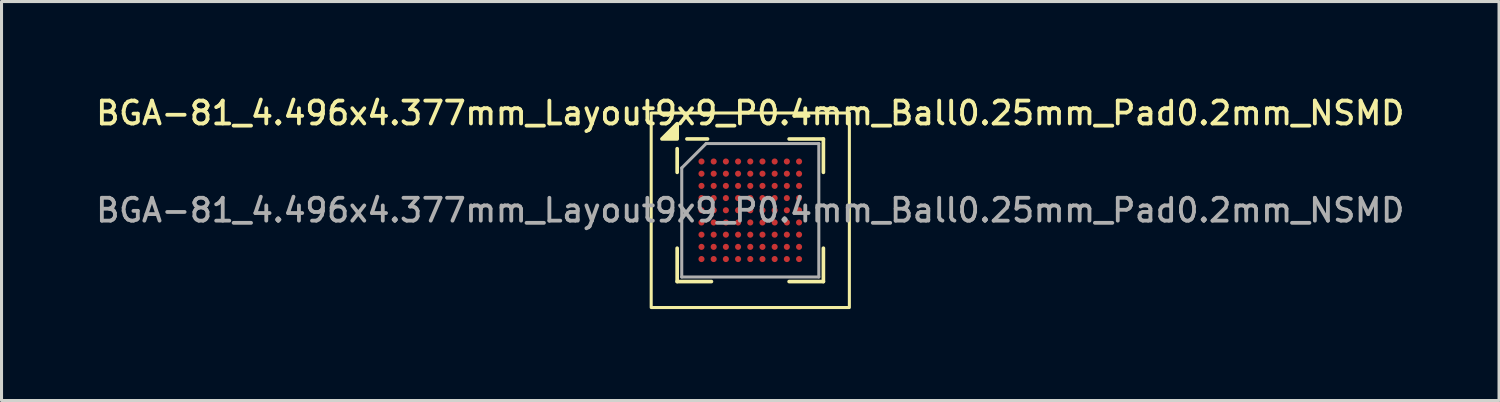
<source format=kicad_pcb>
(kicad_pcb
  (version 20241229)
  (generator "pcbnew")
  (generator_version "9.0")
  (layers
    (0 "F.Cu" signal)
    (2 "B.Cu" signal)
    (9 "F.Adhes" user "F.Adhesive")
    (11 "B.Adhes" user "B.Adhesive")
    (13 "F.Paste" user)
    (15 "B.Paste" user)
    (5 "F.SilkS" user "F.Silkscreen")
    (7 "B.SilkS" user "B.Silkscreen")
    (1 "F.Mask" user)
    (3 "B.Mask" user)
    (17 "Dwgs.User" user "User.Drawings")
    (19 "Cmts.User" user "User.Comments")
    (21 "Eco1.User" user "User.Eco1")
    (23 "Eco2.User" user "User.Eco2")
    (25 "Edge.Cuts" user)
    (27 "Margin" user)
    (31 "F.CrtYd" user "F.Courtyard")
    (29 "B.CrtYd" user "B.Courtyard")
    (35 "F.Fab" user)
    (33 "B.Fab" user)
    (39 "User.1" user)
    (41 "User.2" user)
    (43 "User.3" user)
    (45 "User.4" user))
  (footprint "BGA-81_4.496x4.377mm_Layout9x9_P0.4mm_Ball0.25mm_Pad0.2mm_NSMD"
    (layer "F.Cu")
    (at 21.559 3.847)
    (property "Reference" "BGA-81_4.496x4.377mm_Layout9x9_P0.4mm_Ball0.25mm_Pad0.2mm_NSMD" (at 0 -3.188 0) (layer "F.SilkS") (effects (font (size 0.75 0.75) (thickness 0.125))))
    (attr smd)
    (fp_line (start -2.398 -2.02) (end -2.398 -1.244) (stroke (width 0.12) (type solid)) (layer "F.SilkS"))
    (fp_line (start -2.398 2.338) (end -2.398 1.244) (stroke (width 0.12) (type solid)) (layer "F.SilkS"))
    (fp_line (start -1.402 -2.34) (end -2.078 -2.34) (stroke (width 0.12) (type solid)) (layer "F.SilkS"))
    (fp_line (start -1.274 2.338) (end -2.398 2.338) (stroke (width 0.12) (type solid)) (layer "F.SilkS"))
    (fp_line (start 1.274 -2.338) (end 2.398 -2.338) (stroke (width 0.12) (type solid)) (layer "F.SilkS"))
    (fp_line (start 1.274 2.338) (end 2.398 2.338) (stroke (width 0.12) (type solid)) (layer "F.SilkS"))
    (fp_line (start 2.398 -2.338) (end 2.398 -1.244) (stroke (width 0.12) (type solid)) (layer "F.SilkS"))
    (fp_line (start 2.398 2.338) (end 2.398 1.244) (stroke (width 0.12) (type solid)) (layer "F.SilkS"))
    (fp_rect (start -3.25 -3.19) (end 3.25 3.19) (stroke (width 0.1) (type solid)) (fill no) (layer "F.SilkS"))
    (fp_poly (pts (xy -2.398 -2.34) (xy -2.898 -2.34) (xy -2.398 -2.84) (xy -2.398 -2.34)) (stroke (width 0.12) (type solid)) (fill yes) (layer "F.SilkS"))
    (fp_line (start -2.248 -1.389) (end -2.248 2.188) (stroke (width 0.1) (type solid)) (layer "F.Fab"))
    (fp_line (start -2.248 2.188) (end 2.248 2.188) (stroke (width 0.1) (type solid)) (layer "F.Fab"))
    (fp_line (start -1.448 -2.188) (end -2.248 -1.389) (stroke (width 0.1) (type solid)) (layer "F.Fab"))
    (fp_line (start 2.248 -2.188) (end -1.448 -2.188) (stroke (width 0.1) (type solid)) (layer "F.Fab"))
    (fp_line (start 2.248 2.188) (end 2.248 -2.188) (stroke (width 0.1) (type solid)) (layer "F.Fab"))
    (fp_text user "${REFERENCE}" (at 0 0 0) (layer "F.Fab") (effects (font (size 0.75 0.75) (thickness 0.125))))
    (pad "A1" smd circle (at -1.6 -1.6) (size 0.2 0.2) (property pad_prop_bga) (layers "F.Cu" "F.Mask" "F.Paste"))
    (pad "A2" smd circle (at -1.2 -1.6) (size 0.2 0.2) (property pad_prop_bga) (layers "F.Cu" "F.Mask" "F.Paste"))
    (pad "A3" smd circle (at -0.8 -1.6) (size 0.2 0.2) (property pad_prop_bga) (layers "F.Cu" "F.Mask" "F.Paste"))
    (pad "A4" smd circle (at -0.4 -1.6) (size 0.2 0.2) (property pad_prop_bga) (layers "F.Cu" "F.Mask" "F.Paste"))
    (pad "A5" smd circle (at 0 -1.6) (size 0.2 0.2) (property pad_prop_bga) (layers "F.Cu" "F.Mask" "F.Paste"))
    (pad "A6" smd circle (at 0.4 -1.6) (size 0.2 0.2) (property pad_prop_bga) (layers "F.Cu" "F.Mask" "F.Paste"))
    (pad "A7" smd circle (at 0.8 -1.6) (size 0.2 0.2) (property pad_prop_bga) (layers "F.Cu" "F.Mask" "F.Paste"))
    (pad "A8" smd circle (at 1.2 -1.6) (size 0.2 0.2) (property pad_prop_bga) (layers "F.Cu" "F.Mask" "F.Paste"))
    (pad "A9" smd circle (at 1.6 -1.6) (size 0.2 0.2) (property pad_prop_bga) (layers "F.Cu" "F.Mask" "F.Paste"))
    (pad "B1" smd circle (at -1.6 -1.2) (size 0.2 0.2) (property pad_prop_bga) (layers "F.Cu" "F.Mask" "F.Paste"))
    (pad "B2" smd circle (at -1.2 -1.2) (size 0.2 0.2) (property pad_prop_bga) (layers "F.Cu" "F.Mask" "F.Paste"))
    (pad "B3" smd circle (at -0.8 -1.2) (size 0.2 0.2) (property pad_prop_bga) (layers "F.Cu" "F.Mask" "F.Paste"))
    (pad "B4" smd circle (at -0.4 -1.2) (size 0.2 0.2) (property pad_prop_bga) (layers "F.Cu" "F.Mask" "F.Paste"))
    (pad "B5" smd circle (at 0 -1.2) (size 0.2 0.2) (property pad_prop_bga) (layers "F.Cu" "F.Mask" "F.Paste"))
    (pad "B6" smd circle (at 0.4 -1.2) (size 0.2 0.2) (property pad_prop_bga) (layers "F.Cu" "F.Mask" "F.Paste"))
    (pad "B7" smd circle (at 0.8 -1.2) (size 0.2 0.2) (property pad_prop_bga) (layers "F.Cu" "F.Mask" "F.Paste"))
    (pad "B8" smd circle (at 1.2 -1.2) (size 0.2 0.2) (property pad_prop_bga) (layers "F.Cu" "F.Mask" "F.Paste"))
    (pad "B9" smd circle (at 1.6 -1.2) (size 0.2 0.2) (property pad_prop_bga) (layers "F.Cu" "F.Mask" "F.Paste"))
    (pad "C1" smd circle (at -1.6 -0.8) (size 0.2 0.2) (property pad_prop_bga) (layers "F.Cu" "F.Mask" "F.Paste"))
    (pad "C2" smd circle (at -1.2 -0.8) (size 0.2 0.2) (property pad_prop_bga) (layers "F.Cu" "F.Mask" "F.Paste"))
    (pad "C3" smd circle (at -0.8 -0.8) (size 0.2 0.2) (property pad_prop_bga) (layers "F.Cu" "F.Mask" "F.Paste"))
    (pad "C4" smd circle (at -0.4 -0.8) (size 0.2 0.2) (property pad_prop_bga) (layers "F.Cu" "F.Mask" "F.Paste"))
    (pad "C5" smd circle (at 0 -0.8) (size 0.2 0.2) (property pad_prop_bga) (layers "F.Cu" "F.Mask" "F.Paste"))
    (pad "C6" smd circle (at 0.4 -0.8) (size 0.2 0.2) (property pad_prop_bga) (layers "F.Cu" "F.Mask" "F.Paste"))
    (pad "C7" smd circle (at 0.8 -0.8) (size 0.2 0.2) (property pad_prop_bga) (layers "F.Cu" "F.Mask" "F.Paste"))
    (pad "C8" smd circle (at 1.2 -0.8) (size 0.2 0.2) (property pad_prop_bga) (layers "F.Cu" "F.Mask" "F.Paste"))
    (pad "C9" smd circle (at 1.6 -0.8) (size 0.2 0.2) (property pad_prop_bga) (layers "F.Cu" "F.Mask" "F.Paste"))
    (pad "D1" smd circle (at -1.6 -0.4) (size 0.2 0.2) (property pad_prop_bga) (layers "F.Cu" "F.Mask" "F.Paste"))
    (pad "D2" smd circle (at -1.2 -0.4) (size 0.2 0.2) (property pad_prop_bga) (layers "F.Cu" "F.Mask" "F.Paste"))
    (pad "D3" smd circle (at -0.8 -0.4) (size 0.2 0.2) (property pad_prop_bga) (layers "F.Cu" "F.Mask" "F.Paste"))
    (pad "D4" smd circle (at -0.4 -0.4) (size 0.2 0.2) (property pad_prop_bga) (layers "F.Cu" "F.Mask" "F.Paste"))
    (pad "D5" smd circle (at 0 -0.4) (size 0.2 0.2) (property pad_prop_bga) (layers "F.Cu" "F.Mask" "F.Paste"))
    (pad "D6" smd circle (at 0.4 -0.4) (size 0.2 0.2) (property pad_prop_bga) (layers "F.Cu" "F.Mask" "F.Paste"))
    (pad "D7" smd circle (at 0.8 -0.4) (size 0.2 0.2) (property pad_prop_bga) (layers "F.Cu" "F.Mask" "F.Paste"))
    (pad "D8" smd circle (at 1.2 -0.4) (size 0.2 0.2) (property pad_prop_bga) (layers "F.Cu" "F.Mask" "F.Paste"))
    (pad "D9" smd circle (at 1.6 -0.4) (size 0.2 0.2) (property pad_prop_bga) (layers "F.Cu" "F.Mask" "F.Paste"))
    (pad "E1" smd circle (at -1.6 0) (size 0.2 0.2) (property pad_prop_bga) (layers "F.Cu" "F.Mask" "F.Paste"))
    (pad "E2" smd circle (at -1.2 0) (size 0.2 0.2) (property pad_prop_bga) (layers "F.Cu" "F.Mask" "F.Paste"))
    (pad "E3" smd circle (at -0.8 0) (size 0.2 0.2) (property pad_prop_bga) (layers "F.Cu" "F.Mask" "F.Paste"))
    (pad "E4" smd circle (at -0.4 0) (size 0.2 0.2) (property pad_prop_bga) (layers "F.Cu" "F.Mask" "F.Paste"))
    (pad "E5" smd circle (at 0 0) (size 0.2 0.2) (property pad_prop_bga) (layers "F.Cu" "F.Mask" "F.Paste"))
    (pad "E6" smd circle (at 0.4 0) (size 0.2 0.2) (property pad_prop_bga) (layers "F.Cu" "F.Mask" "F.Paste"))
    (pad "E7" smd circle (at 0.8 0) (size 0.2 0.2) (property pad_prop_bga) (layers "F.Cu" "F.Mask" "F.Paste"))
    (pad "E8" smd circle (at 1.2 0) (size 0.2 0.2) (property pad_prop_bga) (layers "F.Cu" "F.Mask" "F.Paste"))
    (pad "E9" smd circle (at 1.6 0) (size 0.2 0.2) (property pad_prop_bga) (layers "F.Cu" "F.Mask" "F.Paste"))
    (pad "F1" smd circle (at -1.6 0.4) (size 0.2 0.2) (property pad_prop_bga) (layers "F.Cu" "F.Mask" "F.Paste"))
    (pad "F2" smd circle (at -1.2 0.4) (size 0.2 0.2) (property pad_prop_bga) (layers "F.Cu" "F.Mask" "F.Paste"))
    (pad "F3" smd circle (at -0.8 0.4) (size 0.2 0.2) (property pad_prop_bga) (layers "F.Cu" "F.Mask" "F.Paste"))
    (pad "F4" smd circle (at -0.4 0.4) (size 0.2 0.2) (property pad_prop_bga) (layers "F.Cu" "F.Mask" "F.Paste"))
    (pad "F5" smd circle (at 0 0.4) (size 0.2 0.2) (property pad_prop_bga) (layers "F.Cu" "F.Mask" "F.Paste"))
    (pad "F6" smd circle (at 0.4 0.4) (size 0.2 0.2) (property pad_prop_bga) (layers "F.Cu" "F.Mask" "F.Paste"))
    (pad "F7" smd circle (at 0.8 0.4) (size 0.2 0.2) (property pad_prop_bga) (layers "F.Cu" "F.Mask" "F.Paste"))
    (pad "F8" smd circle (at 1.2 0.4) (size 0.2 0.2) (property pad_prop_bga) (layers "F.Cu" "F.Mask" "F.Paste"))
    (pad "F9" smd circle (at 1.6 0.4) (size 0.2 0.2) (property pad_prop_bga) (layers "F.Cu" "F.Mask" "F.Paste"))
    (pad "G1" smd circle (at -1.6 0.8) (size 0.2 0.2) (property pad_prop_bga) (layers "F.Cu" "F.Mask" "F.Paste"))
    (pad "G2" smd circle (at -1.2 0.8) (size 0.2 0.2) (property pad_prop_bga) (layers "F.Cu" "F.Mask" "F.Paste"))
    (pad "G3" smd circle (at -0.8 0.8) (size 0.2 0.2) (property pad_prop_bga) (layers "F.Cu" "F.Mask" "F.Paste"))
    (pad "G4" smd circle (at -0.4 0.8) (size 0.2 0.2) (property pad_prop_bga) (layers "F.Cu" "F.Mask" "F.Paste"))
    (pad "G5" smd circle (at 0 0.8) (size 0.2 0.2) (property pad_prop_bga) (layers "F.Cu" "F.Mask" "F.Paste"))
    (pad "G6" smd circle (at 0.4 0.8) (size 0.2 0.2) (property pad_prop_bga) (layers "F.Cu" "F.Mask" "F.Paste"))
    (pad "G7" smd circle (at 0.8 0.8) (size 0.2 0.2) (property pad_prop_bga) (layers "F.Cu" "F.Mask" "F.Paste"))
    (pad "G8" smd circle (at 1.2 0.8) (size 0.2 0.2) (property pad_prop_bga) (layers "F.Cu" "F.Mask" "F.Paste"))
    (pad "G9" smd circle (at 1.6 0.8) (size 0.2 0.2) (property pad_prop_bga) (layers "F.Cu" "F.Mask" "F.Paste"))
    (pad "H1" smd circle (at -1.6 1.2) (size 0.2 0.2) (property pad_prop_bga) (layers "F.Cu" "F.Mask" "F.Paste"))
    (pad "H2" smd circle (at -1.2 1.2) (size 0.2 0.2) (property pad_prop_bga) (layers "F.Cu" "F.Mask" "F.Paste"))
    (pad "H3" smd circle (at -0.8 1.2) (size 0.2 0.2) (property pad_prop_bga) (layers "F.Cu" "F.Mask" "F.Paste"))
    (pad "H4" smd circle (at -0.4 1.2) (size 0.2 0.2) (property pad_prop_bga) (layers "F.Cu" "F.Mask" "F.Paste"))
    (pad "H5" smd circle (at 0 1.2) (size 0.2 0.2) (property pad_prop_bga) (layers "F.Cu" "F.Mask" "F.Paste"))
    (pad "H6" smd circle (at 0.4 1.2) (size 0.2 0.2) (property pad_prop_bga) (layers "F.Cu" "F.Mask" "F.Paste"))
    (pad "H7" smd circle (at 0.8 1.2) (size 0.2 0.2) (property pad_prop_bga) (layers "F.Cu" "F.Mask" "F.Paste"))
    (pad "H8" smd circle (at 1.2 1.2) (size 0.2 0.2) (property pad_prop_bga) (layers "F.Cu" "F.Mask" "F.Paste"))
    (pad "H9" smd circle (at 1.6 1.2) (size 0.2 0.2) (property pad_prop_bga) (layers "F.Cu" "F.Mask" "F.Paste"))
    (pad "J1" smd circle (at -1.6 1.6) (size 0.2 0.2) (property pad_prop_bga) (layers "F.Cu" "F.Mask" "F.Paste"))
    (pad "J2" smd circle (at -1.2 1.6) (size 0.2 0.2) (property pad_prop_bga) (layers "F.Cu" "F.Mask" "F.Paste"))
    (pad "J3" smd circle (at -0.8 1.6) (size 0.2 0.2) (property pad_prop_bga) (layers "F.Cu" "F.Mask" "F.Paste"))
    (pad "J4" smd circle (at -0.4 1.6) (size 0.2 0.2) (property pad_prop_bga) (layers "F.Cu" "F.Mask" "F.Paste"))
    (pad "J5" smd circle (at 0 1.6) (size 0.2 0.2) (property pad_prop_bga) (layers "F.Cu" "F.Mask" "F.Paste"))
    (pad "J6" smd circle (at 0.4 1.6) (size 0.2 0.2) (property pad_prop_bga) (layers "F.Cu" "F.Mask" "F.Paste"))
    (pad "J7" smd circle (at 0.8 1.6) (size 0.2 0.2) (property pad_prop_bga) (layers "F.Cu" "F.Mask" "F.Paste"))
    (pad "J8" smd circle (at 1.2 1.6) (size 0.2 0.2) (property pad_prop_bga) (layers "F.Cu" "F.Mask" "F.Paste"))
    (pad "J9" smd circle (at 1.6 1.6) (size 0.2 0.2) (property pad_prop_bga) (layers "F.Cu" "F.Mask" "F.Paste")))
  (gr_rect
    (start -3 -3)
    (end 46.118 10.087)
    (stroke (width 0.1) (type default))
    (fill no)
    (layer "Edge.Cuts")))
</source>
